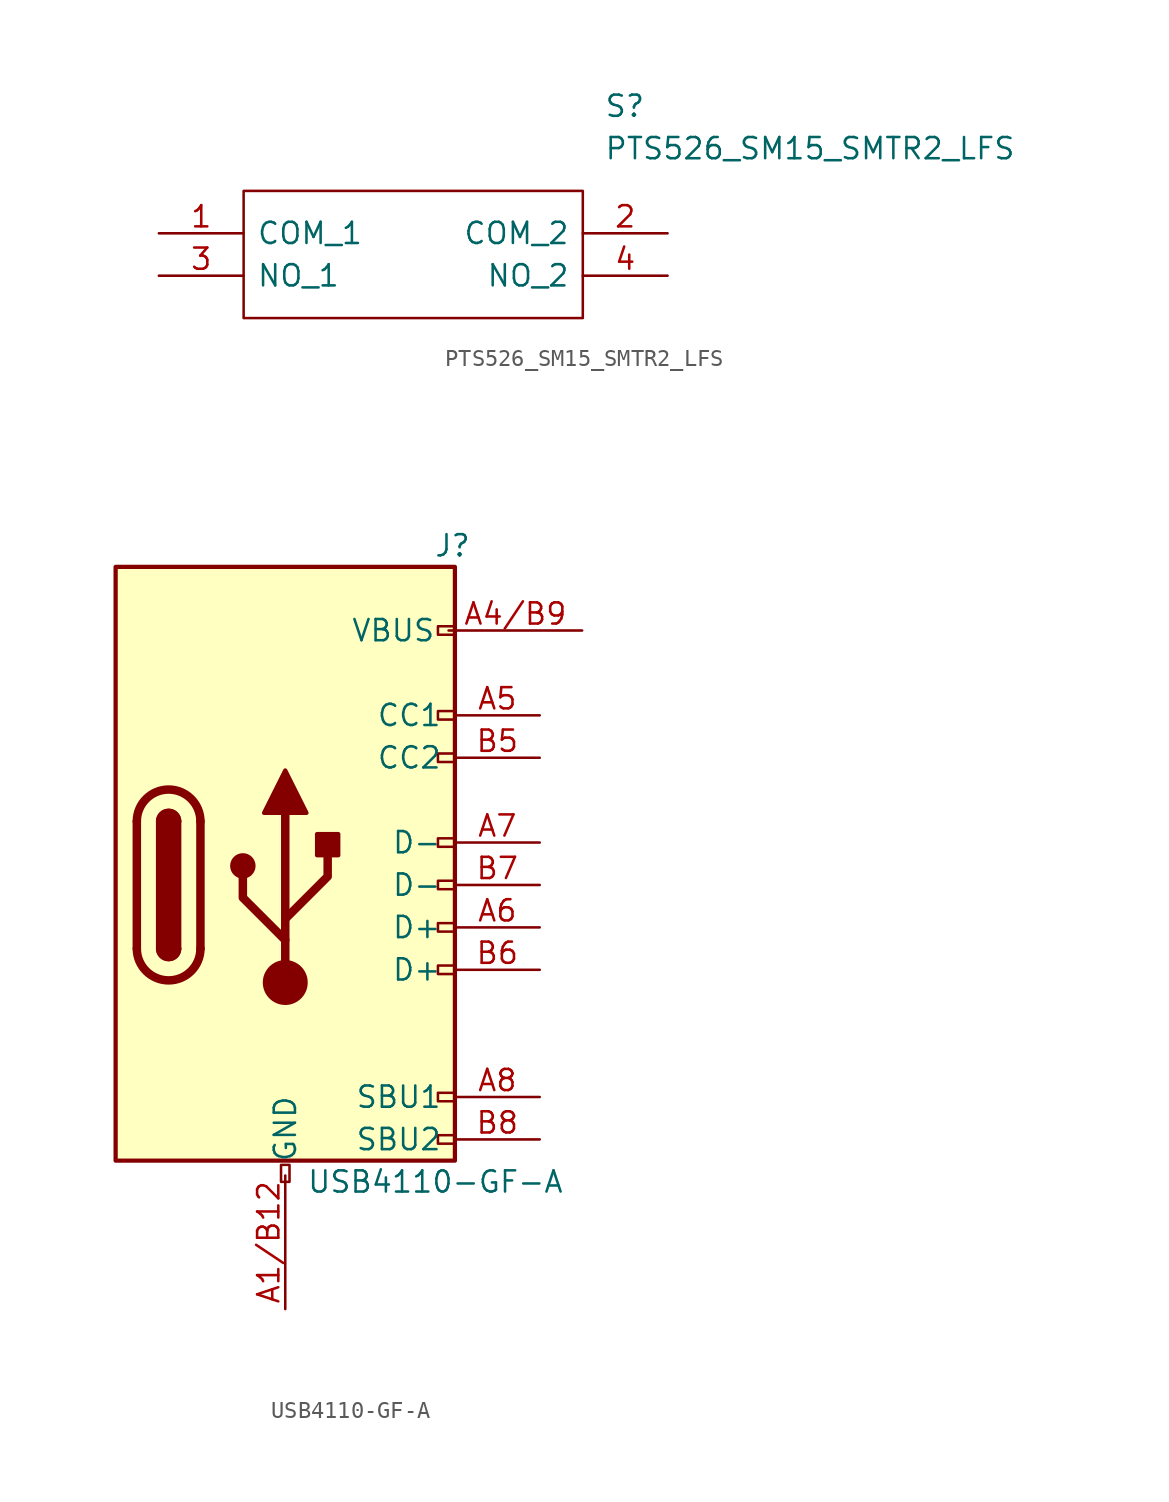
<source format=kicad_sym>
(kicad_symbol_lib
  (version 20211014)
  (generator kicad_symbol_editor)
  (symbol "PTS526_SM15_SMTR2_LFS"
    (pin_names
      (offset 0.762))
    (property "Reference" "S"
      (at 26.67 7.62 0)
      (effects (font (size 1.27 1.27)) (justify left)))
    (property "Value" "PTS526_SM15_SMTR2_LFS"
      (at 26.67 5.08 0)
      (effects (font (size 1.27 1.27)) (justify left)))
    (symbol "PTS526_SM15_SMTR2_LFS_0_0"
      (pin passive line (at 0 0 0) (length 5.08) (name "COM_1" (effects (font (size 1.27 1.27)))) (number "1" (effects (font (size 1.27 1.27)))))
      (pin passive line (at 30.48 0 180) (length 5.08) (name "COM_2" (effects (font (size 1.27 1.27)))) (number "2" (effects (font (size 1.27 1.27)))))
      (pin passive line (at 0 -2.54 0) (length 5.08) (name "NO_1" (effects (font (size 1.27 1.27)))) (number "3" (effects (font (size 1.27 1.27)))))
      (pin passive line (at 30.48 -2.54 180) (length 5.08) (name "NO_2" (effects (font (size 1.27 1.27)))) (number "4" (effects (font (size 1.27 1.27))))))
    (symbol "PTS526_SM15_SMTR2_LFS_0_1"
      (polyline (pts (xy 5.08 2.54) (xy 25.4 2.54) (xy 25.4 -5.08) (xy 5.08 -5.08) (xy 5.08 2.54)) (stroke (width 0.152) (type default) (color 0 0 0 0)) (fill (type none)))))
  (symbol "USB4110-GF-A"
    (pin_names
      (offset 0.762))
    (property "Reference" "J"
      (at 5.08 19.05 0)
      (effects (font (size 1.27 1.27)) (justify left)))
    (property "Value" "USB4110-GF-A"
      (at -2.54 -19.05 0)
      (effects (font (size 1.27 1.27)) (justify left)))
    (symbol "USB4110-GF-A_0_0"
      (rectangle (start -4.064 -19.05) (end -3.556 -18.034) (stroke (width 0) (type default) (color 0 0 0 0)) (fill (type none)))
      (rectangle (start 6.35 -16.256) (end 5.334 -16.764) (stroke (width 0) (type default) (color 0 0 0 0)) (fill (type none)))
      (rectangle (start 6.35 -13.716) (end 5.334 -14.224) (stroke (width 0) (type default) (color 0 0 0 0)) (fill (type none)))
      (rectangle (start 6.35 -6.096) (end 5.334 -6.604) (stroke (width 0) (type default) (color 0 0 0 0)) (fill (type none)))
      (rectangle (start 6.35 -3.556) (end 5.334 -4.064) (stroke (width 0) (type default) (color 0 0 0 0)) (fill (type none)))
      (rectangle (start 6.35 -1.016) (end 5.334 -1.524) (stroke (width 0) (type default) (color 0 0 0 0)) (fill (type none)))
      (rectangle (start 6.35 1.524) (end 5.334 1.016) (stroke (width 0) (type default) (color 0 0 0 0)) (fill (type none)))
      (rectangle (start 6.35 6.604) (end 5.334 6.096) (stroke (width 0) (type default) (color 0 0 0 0)) (fill (type none)))
      (rectangle (start 6.35 9.144) (end 5.334 8.636) (stroke (width 0) (type default) (color 0 0 0 0)) (fill (type none)))
      (rectangle (start 6.35 14.224) (end 5.334 13.716) (stroke (width 0) (type default) (color 0 0 0 0)) (fill (type none))))
    (symbol "USB4110-GF-A_0_1"
      (rectangle (start -13.97 17.78) (end 6.35 -17.78) (stroke (width 0.254) (type default) (color 0 0 0 0)) (fill (type background)))
      (arc (start -12.7 -5.08) (mid -10.795 -6.985) (end -8.89 -5.08) (stroke (width 0.508) (type default) (color 0 0 0 0)) (fill (type none)))
      (arc (start -11.43 -5.08) (mid -10.795 -5.715) (end -10.16 -5.08) (stroke (width 0.254) (type default) (color 0 0 0 0)) (fill (type none)))
      (arc (start -11.43 -5.08) (mid -10.795 -5.715) (end -10.16 -5.08) (stroke (width 0.254) (type default) (color 0 0 0 0)) (fill (type outline)))
      (rectangle (start -11.43 -5.08) (end -10.16 2.54) (stroke (width 0.254) (type default) (color 0 0 0 0)) (fill (type outline)))
      (arc (start -10.16 2.54) (mid -10.795 3.175) (end -11.43 2.54) (stroke (width 0.254) (type default) (color 0 0 0 0)) (fill (type none)))
      (arc (start -10.16 2.54) (mid -10.795 3.175) (end -11.43 2.54) (stroke (width 0.254) (type default) (color 0 0 0 0)) (fill (type outline)))
      (arc (start -8.89 2.54) (mid -10.795 4.445) (end -12.7 2.54) (stroke (width 0.508) (type default) (color 0 0 0 0)) (fill (type none)))
      (circle (center -6.35 -0.127) (radius 0.635) (stroke (width 0.254) (type default) (color 0 0 0 0)) (fill (type outline)))
      (circle (center -3.81 -7.112) (radius 1.27) (stroke (width 0) (type default) (color 0 0 0 0)) (fill (type outline)))
      (rectangle (start -1.905 0.508) (end -0.635 1.778) (stroke (width 0.254) (type default) (color 0 0 0 0)) (fill (type outline)))
      (polyline (pts (xy -12.7 -5.08) (xy -12.7 2.54)) (stroke (width 0.508) (type default) (color 0 0 0 0)) (fill (type none)))
      (polyline (pts (xy -8.89 2.54) (xy -8.89 -5.08)) (stroke (width 0.508) (type default) (color 0 0 0 0)) (fill (type none)))
      (polyline (pts (xy -3.81 -7.112) (xy -3.81 3.048)) (stroke (width 0.508) (type default) (color 0 0 0 0)) (fill (type none)))
      (polyline (pts (xy -3.81 -4.572) (xy -6.35 -2.032) (xy -6.35 -0.762)) (stroke (width 0.508) (type default) (color 0 0 0 0)) (fill (type none)))
      (polyline (pts (xy -3.81 -3.302) (xy -1.27 -0.762) (xy -1.27 0.508)) (stroke (width 0.508) (type default) (color 0 0 0 0)) (fill (type none)))
      (polyline (pts (xy -5.08 3.048) (xy -3.81 5.588) (xy -2.54 3.048) (xy -5.08 3.048)) (stroke (width 0.254) (type default) (color 0 0 0 0)) (fill (type outline))))
    (symbol "USB4110-GF-A_1_1"
      (pin passive line (at -3.81 -26.67 90) (length 8) (name "GND" (effects (font (size 1.27 1.27)))) (number "A1/B12" (effects (font (size 1.27 1.27)))))
      (pin passive line (at 13.97 13.97 180) (length 8) (name "VBUS" (effects (font (size 1.27 1.27)))) (number "A4/B9" (effects (font (size 1.27 1.27)))))
      (pin bidirectional line (at 11.43 8.89 180) (length 5.08) (name "CC1" (effects (font (size 1.27 1.27)))) (number "A5" (effects (font (size 1.27 1.27)))))
      (pin bidirectional line (at 11.43 -3.81 180) (length 5.08) (name "D+" (effects (font (size 1.27 1.27)))) (number "A6" (effects (font (size 1.27 1.27)))))
      (pin bidirectional line (at 11.43 1.27 180) (length 5.08) (name "D-" (effects (font (size 1.27 1.27)))) (number "A7" (effects (font (size 1.27 1.27)))))
      (pin bidirectional line (at 11.43 -13.97 180) (length 5.08) (name "SBU1" (effects (font (size 1.27 1.27)))) (number "A8" (effects (font (size 1.27 1.27)))))
      (pin passive line (at -3.81 -26.67 90) (length 8) hide (name "GND" (effects (font (size 1.27 1.27)))) (number "B1/A12" (effects (font (size 1.27 1.27)))))
      (pin passive line (at 13.97 13.97 180) (length 8) hide (name "VBUS" (effects (font (size 1.27 1.27)))) (number "B4/A9" (effects (font (size 1.27 1.27)))))
      (pin bidirectional line (at 11.43 6.35 180) (length 5.08) (name "CC2" (effects (font (size 1.27 1.27)))) (number "B5" (effects (font (size 1.27 1.27)))))
      (pin bidirectional line (at 11.43 -6.35 180) (length 5.08) (name "D+" (effects (font (size 1.27 1.27)))) (number "B6" (effects (font (size 1.27 1.27)))))
      (pin bidirectional line (at 11.43 -1.27 180) (length 5.08) (name "D-" (effects (font (size 1.27 1.27)))) (number "B7" (effects (font (size 1.27 1.27)))))
      (pin bidirectional line (at 11.43 -16.51 180) (length 5.08) (name "SBU2" (effects (font (size 1.27 1.27)))) (number "B8" (effects (font (size 1.27 1.27))))))))
</source>
